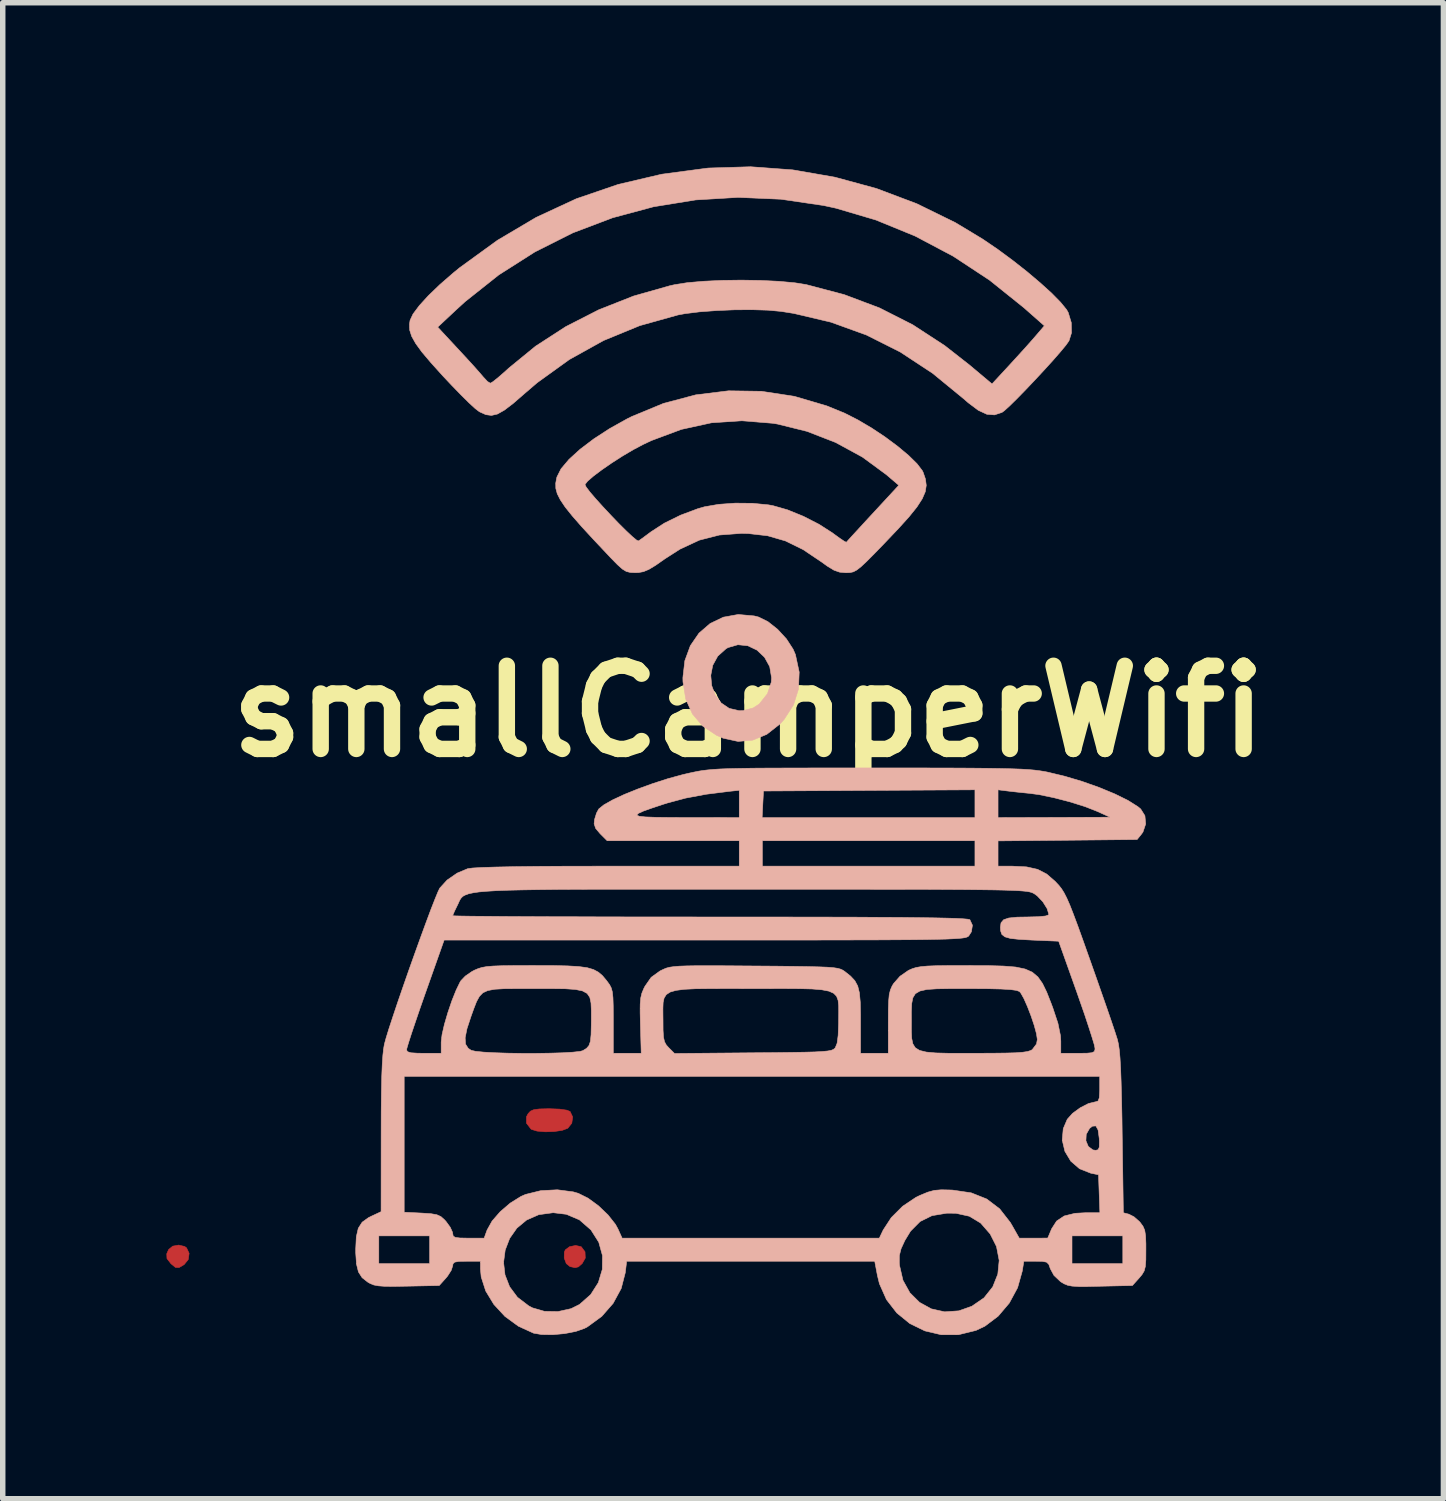
<source format=kicad_pcb>
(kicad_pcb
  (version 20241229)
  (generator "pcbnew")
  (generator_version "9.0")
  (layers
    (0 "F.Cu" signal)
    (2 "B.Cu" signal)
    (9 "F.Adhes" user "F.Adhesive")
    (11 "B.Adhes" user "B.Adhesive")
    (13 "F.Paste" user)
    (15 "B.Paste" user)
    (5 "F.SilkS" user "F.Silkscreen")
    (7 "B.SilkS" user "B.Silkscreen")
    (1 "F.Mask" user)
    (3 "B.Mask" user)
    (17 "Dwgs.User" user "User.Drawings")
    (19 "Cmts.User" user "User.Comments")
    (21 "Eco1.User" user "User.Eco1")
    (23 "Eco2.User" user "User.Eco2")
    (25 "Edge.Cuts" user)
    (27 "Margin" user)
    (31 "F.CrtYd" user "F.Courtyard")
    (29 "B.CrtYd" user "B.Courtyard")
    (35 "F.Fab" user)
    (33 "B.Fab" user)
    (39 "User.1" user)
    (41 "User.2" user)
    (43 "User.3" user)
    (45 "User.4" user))
  (footprint "smallCamperWifi"
    (layer "F.Cu")
    (at 10.663 9.982)
    (property "Reference" "smallCamperWifi" (at 0 0 0) (layer "F.SilkS") (effects (font (size 1.524 1.524) (thickness 0.3))))
    (attr through_hole)
    (fp_poly (pts (xy -10.331 9.804) (xy -10.295 9.83) (xy -10.248 9.93) (xy -10.264 10.044) (xy -10.339 10.136) (xy -10.432 10.191) (xy -10.499 10.188) (xy -10.578 10.123) (xy -10.583 10.118) (xy -10.654 10.026) (xy -10.658 9.939) (xy -10.624 9.861) (xy -10.549 9.799) (xy -10.439 9.779) (xy -10.331 9.804)) (stroke (width 0.01) (type solid)) (fill yes) (layer "F.Cu"))
    (fp_poly (pts (xy -3.068 9.808) (xy -3.064 9.81) (xy -2.995 9.902) (xy -2.99 10.017) (xy -3.046 10.116) (xy -3.116 10.178) (xy -3.177 10.193) (xy -3.27 10.173) (xy -3.338 10.118) (xy -3.376 10.017) (xy -3.374 9.91) (xy -3.357 9.868) (xy -3.279 9.809) (xy -3.167 9.786) (xy -3.068 9.808)) (stroke (width 0.01) (type solid)) (fill yes) (layer "F.Cu"))
    (fp_poly (pts (xy -3.462 7.288) (xy -3.329 7.307) (xy -3.268 7.332) (xy -3.221 7.432) (xy -3.237 7.546) (xy -3.311 7.639) (xy -3.412 7.677) (xy -3.56 7.699) (xy -3.723 7.704) (xy -3.872 7.691) (xy -3.975 7.66) (xy -3.986 7.652) (xy -4.068 7.545) (xy -4.068 7.429) (xy -4.037 7.371) (xy -3.994 7.325) (xy -3.932 7.298) (xy -3.829 7.285) (xy -3.665 7.281) (xy -3.647 7.281) (xy -3.462 7.288)) (stroke (width 0.01) (type solid)) (fill yes) (layer "F.Cu"))
    (fp_poly (pts (xy 0.103 -1.748) (xy 0.186 -1.727) (xy 0.356 -1.643) (xy 0.534 -1.502) (xy 0.695 -1.327) (xy 0.817 -1.139) (xy 0.86 -1.04) (xy 0.929 -0.719) (xy 0.916 -0.408) (xy 0.824 -0.117) (xy 0.654 0.147) (xy 0.575 0.234) (xy 0.335 0.422) (xy 0.078 0.528) (xy -0.19 0.552) (xy -0.465 0.492) (xy -0.583 0.441) (xy -0.838 0.271) (xy -1.027 0.048) (xy -1.149 -0.223) (xy -1.2 -0.539) (xy -1.202 -0.614) (xy -1.197 -0.658) (xy -0.691 -0.658) (xy -0.674 -0.471) (xy -0.61 -0.299) (xy -0.502 -0.154) (xy -0.354 -0.054) (xy -0.171 -0.011) (xy -0.093 -0.014) (xy 0.087 -0.062) (xy 0.197 -0.133) (xy 0.348 -0.323) (xy 0.418 -0.535) (xy 0.423 -0.614) (xy 0.389 -0.818) (xy 0.294 -0.99) (xy 0.156 -1.121) (xy -0.012 -1.201) (xy -0.194 -1.22) (xy -0.374 -1.168) (xy -0.411 -1.147) (xy -0.563 -1.011) (xy -0.655 -0.843) (xy -0.691 -0.658) (xy -1.197 -0.658) (xy -1.166 -0.927) (xy -1.065 -1.202) (xy -0.907 -1.432) (xy -0.702 -1.609) (xy -0.46 -1.725) (xy -0.188 -1.774) (xy 0.103 -1.748)) (stroke (width 0.01) (type solid)) (fill yes) (layer "B.SilkS"))
    (fp_poly (pts (xy 0.238 -5.863) (xy 0.84 -5.771) (xy 1.434 -5.596) (xy 1.764 -5.461) (xy 2.004 -5.339) (xy 2.255 -5.191) (xy 2.502 -5.027) (xy 2.732 -4.856) (xy 2.932 -4.689) (xy 3.087 -4.537) (xy 3.185 -4.409) (xy 3.2 -4.378) (xy 3.242 -4.256) (xy 3.257 -4.14) (xy 3.239 -4.023) (xy 3.183 -3.893) (xy 3.086 -3.743) (xy 2.941 -3.563) (xy 2.743 -3.344) (xy 2.491 -3.079) (xy 2.304 -2.886) (xy 2.164 -2.745) (xy 2.06 -2.648) (xy 1.983 -2.588) (xy 1.92 -2.555) (xy 1.861 -2.542) (xy 1.796 -2.539) (xy 1.784 -2.539) (xy 1.671 -2.549) (xy 1.567 -2.585) (xy 1.444 -2.66) (xy 1.34 -2.735) (xy 1.002 -2.962) (xy 0.679 -3.121) (xy 0.351 -3.216) (xy -0.004 -3.257) (xy -0.132 -3.26) (xy -0.532 -3.23) (xy -0.9 -3.136) (xy -1.255 -2.971) (xy -1.531 -2.794) (xy -1.701 -2.675) (xy -1.825 -2.6) (xy -1.923 -2.559) (xy -2.015 -2.542) (xy -2.074 -2.54) (xy -2.165 -2.544) (xy -2.238 -2.562) (xy -2.31 -2.606) (xy -2.402 -2.688) (xy -2.529 -2.818) (xy -2.556 -2.847) (xy -2.834 -3.142) (xy -3.057 -3.384) (xy -3.23 -3.582) (xy -3.359 -3.743) (xy -3.448 -3.876) (xy -3.504 -3.987) (xy -3.53 -4.085) (xy -3.531 -4.154) (xy -2.996 -4.154) (xy -2.974 -4.109) (xy -2.905 -4.018) (xy -2.798 -3.893) (xy -2.667 -3.748) (xy -2.522 -3.593) (xy -2.377 -3.442) (xy -2.241 -3.307) (xy -2.128 -3.201) (xy -2.048 -3.135) (xy -2.016 -3.121) (xy -1.957 -3.162) (xy -1.858 -3.235) (xy -1.787 -3.288) (xy -1.54 -3.448) (xy -1.243 -3.594) (xy -0.931 -3.711) (xy -0.806 -3.747) (xy -0.547 -3.792) (xy -0.242 -3.814) (xy 0.073 -3.811) (xy 0.363 -3.783) (xy 0.447 -3.768) (xy 0.713 -3.692) (xy 1.006 -3.573) (xy 1.293 -3.426) (xy 1.541 -3.267) (xy 1.556 -3.255) (xy 1.672 -3.171) (xy 1.757 -3.114) (xy 1.793 -3.097) (xy 1.793 -3.097) (xy 1.823 -3.131) (xy 1.901 -3.217) (xy 2.018 -3.344) (xy 2.162 -3.501) (xy 2.278 -3.626) (xy 2.754 -4.141) (xy 2.524 -4.337) (xy 2.087 -4.658) (xy 1.597 -4.925) (xy 1.072 -5.129) (xy 0.531 -5.263) (xy 0.446 -5.277) (xy -0.12 -5.323) (xy -0.678 -5.286) (xy -1.23 -5.165) (xy -1.78 -4.96) (xy -1.926 -4.891) (xy -2.11 -4.794) (xy -2.308 -4.677) (xy -2.506 -4.55) (xy -2.688 -4.424) (xy -2.841 -4.309) (xy -2.949 -4.215) (xy -2.996 -4.154) (xy -3.531 -4.154) (xy -3.532 -4.177) (xy -3.515 -4.271) (xy -3.509 -4.294) (xy -3.434 -4.443) (xy -3.289 -4.615) (xy -3.086 -4.8) (xy -2.834 -4.991) (xy -2.543 -5.18) (xy -2.224 -5.358) (xy -2.138 -5.401) (xy -1.558 -5.641) (xy -0.966 -5.798) (xy -0.365 -5.872) (xy 0.238 -5.863)) (stroke (width 0.01) (type solid)) (fill yes) (layer "B.SilkS"))
    (fp_poly (pts (xy 0.811 -9.92) (xy 1.582 -9.786) (xy 2.343 -9.579) (xy 3.083 -9.3) (xy 3.791 -8.953) (xy 4.29 -8.652) (xy 4.566 -8.464) (xy 4.841 -8.261) (xy 5.104 -8.054) (xy 5.345 -7.85) (xy 5.554 -7.661) (xy 5.718 -7.494) (xy 5.828 -7.359) (xy 5.858 -7.306) (xy 5.914 -7.121) (xy 5.918 -6.934) (xy 5.872 -6.788) (xy 5.816 -6.708) (xy 5.713 -6.584) (xy 5.577 -6.428) (xy 5.417 -6.252) (xy 5.247 -6.069) (xy 5.077 -5.89) (xy 4.92 -5.729) (xy 4.786 -5.597) (xy 4.688 -5.508) (xy 4.644 -5.476) (xy 4.507 -5.431) (xy 4.367 -5.442) (xy 4.21 -5.515) (xy 4.025 -5.654) (xy 3.946 -5.723) (xy 3.373 -6.193) (xy 2.78 -6.583) (xy 2.161 -6.894) (xy 1.512 -7.129) (xy 0.829 -7.29) (xy 0.596 -7.327) (xy 0.36 -7.349) (xy 0.068 -7.358) (xy -0.255 -7.356) (xy -0.584 -7.342) (xy -0.895 -7.319) (xy -1.161 -7.286) (xy -1.291 -7.262) (xy -1.992 -7.066) (xy -2.656 -6.793) (xy -3.282 -6.445) (xy -3.869 -6.022) (xy -4.106 -5.819) (xy -4.312 -5.64) (xy -4.472 -5.518) (xy -4.6 -5.446) (xy -4.709 -5.421) (xy -4.812 -5.435) (xy -4.923 -5.485) (xy -4.936 -5.493) (xy -5.007 -5.547) (xy -5.122 -5.653) (xy -5.269 -5.799) (xy -5.438 -5.973) (xy -5.597 -6.142) (xy -5.817 -6.386) (xy -5.983 -6.582) (xy -6.098 -6.74) (xy -6.171 -6.871) (xy -6.207 -6.984) (xy -6.209 -7.039) (xy -5.694 -7.039) (xy -5.313 -6.629) (xy -5.162 -6.466) (xy -5.026 -6.317) (xy -4.919 -6.196) (xy -4.854 -6.12) (xy -4.849 -6.115) (xy -4.781 -6.042) (xy -4.729 -6.011) (xy -4.729 -6.011) (xy -4.683 -6.038) (xy -4.591 -6.111) (xy -4.469 -6.217) (xy -4.39 -6.289) (xy -3.9 -6.69) (xy -3.347 -7.048) (xy -2.744 -7.356) (xy -2.106 -7.608) (xy -1.444 -7.796) (xy -1.355 -7.816) (xy -1.122 -7.853) (xy -0.826 -7.879) (xy -0.489 -7.895) (xy -0.131 -7.9) (xy 0.225 -7.894) (xy 0.559 -7.878) (xy 0.85 -7.851) (xy 1.057 -7.818) (xy 1.754 -7.634) (xy 2.4 -7.391) (xy 3.009 -7.082) (xy 3.594 -6.701) (xy 4.045 -6.348) (xy 4.462 -5.998) (xy 4.772 -6.333) (xy 4.922 -6.497) (xy 5.072 -6.662) (xy 5.198 -6.804) (xy 5.251 -6.865) (xy 5.421 -7.063) (xy 5.046 -7.394) (xy 4.417 -7.899) (xy 3.75 -8.338) (xy 3.053 -8.707) (xy 2.335 -9.001) (xy 1.605 -9.217) (xy 1.376 -9.267) (xy 0.594 -9.382) (xy -0.19 -9.416) (xy -0.97 -9.369) (xy -1.739 -9.244) (xy -2.49 -9.042) (xy -3.218 -8.766) (xy -3.914 -8.416) (xy -4.574 -7.996) (xy -5.19 -7.507) (xy -5.35 -7.361) (xy -5.694 -7.039) (xy -6.209 -7.039) (xy -6.211 -7.091) (xy -6.2 -7.164) (xy -6.146 -7.279) (xy -6.031 -7.433) (xy -5.864 -7.616) (xy -5.653 -7.819) (xy -5.408 -8.032) (xy -5.292 -8.127) (xy -4.6 -8.629) (xy -3.889 -9.05) (xy -3.153 -9.391) (xy -2.388 -9.653) (xy -1.591 -9.84) (xy -0.757 -9.951) (xy -0.722 -9.954) (xy 0.039 -9.977) (xy 0.811 -9.92)) (stroke (width 0.01) (type solid)) (fill yes) (layer "B.SilkS"))
    (fp_poly (pts (xy 2.795 1.037) (xy 3.289 1.038) (xy 3.712 1.039) (xy 4.07 1.041) (xy 4.371 1.044) (xy 4.62 1.048) (xy 4.825 1.053) (xy 4.992 1.059) (xy 5.128 1.067) (xy 5.24 1.077) (xy 5.334 1.089) (xy 5.417 1.102) (xy 5.47 1.112) (xy 5.788 1.188) (xy 6.112 1.284) (xy 6.425 1.395) (xy 6.71 1.513) (xy 6.952 1.632) (xy 7.133 1.746) (xy 7.186 1.79) (xy 7.263 1.913) (xy 7.277 2.064) (xy 7.227 2.212) (xy 7.2 2.25) (xy 7.12 2.349) (xy 5.846 2.362) (xy 4.572 2.374) (xy 4.572 2.836) (xy 4.837 2.837) (xy 5.095 2.85) (xy 5.296 2.895) (xy 5.463 2.981) (xy 5.62 3.117) (xy 5.63 3.128) (xy 5.686 3.188) (xy 5.735 3.25) (xy 5.782 3.325) (xy 5.831 3.421) (xy 5.887 3.548) (xy 5.953 3.717) (xy 6.035 3.936) (xy 6.136 4.217) (xy 6.256 4.555) (xy 6.368 4.872) (xy 6.474 5.175) (xy 6.57 5.45) (xy 6.651 5.686) (xy 6.713 5.87) (xy 6.752 5.991) (xy 6.759 6.014) (xy 6.778 6.096) (xy 6.794 6.206) (xy 6.807 6.352) (xy 6.818 6.542) (xy 6.827 6.785) (xy 6.835 7.09) (xy 6.843 7.467) (xy 6.846 7.716) (xy 6.868 9.187) (xy 6.969 9.213) (xy 7.063 9.261) (xy 7.162 9.348) (xy 7.176 9.364) (xy 7.227 9.433) (xy 7.259 9.506) (xy 7.275 9.606) (xy 7.281 9.756) (xy 7.281 9.866) (xy 7.28 10.049) (xy 7.271 10.171) (xy 7.249 10.254) (xy 7.209 10.321) (xy 7.158 10.382) (xy 7.034 10.52) (xy 6.449 10.533) (xy 6.213 10.538) (xy 6.046 10.538) (xy 5.929 10.531) (xy 5.847 10.515) (xy 5.783 10.489) (xy 5.72 10.451) (xy 5.716 10.448) (xy 5.596 10.334) (xy 5.53 10.212) (xy 5.502 10.132) (xy 5.461 10.092) (xy 5.38 10.077) (xy 5.268 10.075) (xy 5.045 10.075) (xy 5.016 10.255) (xy 4.93 10.561) (xy 4.778 10.842) (xy 4.574 11.082) (xy 4.33 11.266) (xy 4.167 11.343) (xy 3.848 11.421) (xy 3.532 11.422) (xy 3.231 11.351) (xy 2.956 11.217) (xy 2.718 11.023) (xy 2.528 10.778) (xy 2.399 10.487) (xy 2.362 10.336) (xy 2.319 10.108) (xy 2.763 10.108) (xy 2.767 10.151) (xy 2.83 10.424) (xy 2.957 10.653) (xy 3.134 10.829) (xy 3.351 10.948) (xy 3.594 11.002) (xy 3.853 10.984) (xy 4.093 10.899) (xy 4.315 10.746) (xy 4.475 10.545) (xy 4.568 10.312) (xy 4.593 10.061) (xy 4.544 9.806) (xy 4.428 9.576) (xy 4.254 9.376) (xy 4.047 9.251) (xy 3.798 9.196) (xy 3.632 9.195) (xy 3.362 9.24) (xy 3.145 9.347) (xy 2.969 9.524) (xy 2.865 9.695) (xy 2.795 9.847) (xy 2.764 9.971) (xy 2.763 10.108) (xy 2.319 10.108) (xy 2.313 10.075) (xy -2.232 10.075) (xy -2.257 10.284) (xy -2.332 10.574) (xy -2.48 10.847) (xy -2.689 11.086) (xy -2.948 11.275) (xy -3.006 11.306) (xy -3.164 11.361) (xy -3.369 11.401) (xy -3.588 11.421) (xy -3.79 11.418) (xy -3.937 11.393) (xy -4.215 11.266) (xy -4.462 11.086) (xy -4.665 10.866) (xy -4.814 10.621) (xy -4.897 10.363) (xy -4.911 10.216) (xy -4.911 10.096) (xy -4.487 10.096) (xy -4.461 10.324) (xy -4.377 10.541) (xy -4.233 10.735) (xy -4.026 10.893) (xy -3.958 10.929) (xy -3.737 10.993) (xy -3.49 10.997) (xy -3.251 10.944) (xy -3.096 10.867) (xy -2.891 10.686) (xy -2.751 10.467) (xy -2.678 10.224) (xy -2.675 9.972) (xy -2.743 9.727) (xy -2.885 9.503) (xy -2.89 9.498) (xy -3.097 9.317) (xy -3.337 9.215) (xy -3.578 9.186) (xy -3.842 9.222) (xy -4.065 9.32) (xy -4.244 9.469) (xy -4.375 9.656) (xy -4.457 9.869) (xy -4.487 10.096) (xy -4.911 10.096) (xy -4.911 10.075) (xy -5.165 10.075) (xy -5.307 10.078) (xy -5.383 10.092) (xy -5.414 10.123) (xy -5.419 10.159) (xy -5.446 10.242) (xy -5.513 10.347) (xy -5.542 10.382) (xy -5.666 10.52) (xy -6.251 10.532) (xy -6.49 10.536) (xy -6.661 10.535) (xy -6.78 10.526) (xy -6.865 10.51) (xy -6.931 10.483) (xy -6.975 10.458) (xy -7.079 10.376) (xy -7.146 10.271) (xy -7.182 10.126) (xy -7.196 9.921) (xy -7.196 9.85) (xy -7.185 9.629) (xy -7.181 9.61) (xy -6.773 9.61) (xy -6.773 10.118) (xy -5.842 10.118) (xy -5.842 9.61) (xy -6.773 9.61) (xy -7.181 9.61) (xy -7.149 9.471) (xy -7.078 9.36) (xy -6.963 9.277) (xy -6.911 9.251) (xy -6.731 9.167) (xy -6.73 7.769) (xy -6.729 7.339) (xy -6.725 6.985) (xy -6.719 6.698) (xy -6.719 6.689) (xy -6.308 6.689) (xy -6.308 9.177) (xy -5.986 9.193) (xy -5.818 9.204) (xy -5.71 9.223) (xy -5.635 9.257) (xy -5.569 9.316) (xy -5.541 9.347) (xy -5.465 9.451) (xy -5.422 9.545) (xy -5.419 9.568) (xy -5.41 9.613) (xy -5.373 9.638) (xy -5.288 9.649) (xy -5.138 9.652) (xy -5.131 9.652) (xy -4.843 9.652) (xy -4.789 9.503) (xy -4.697 9.338) (xy -4.548 9.167) (xy -4.365 9.01) (xy -4.169 8.888) (xy -4.085 8.851) (xy -3.805 8.782) (xy -3.501 8.766) (xy -3.211 8.804) (xy -3.118 8.831) (xy -2.939 8.92) (xy -2.749 9.059) (xy -2.574 9.226) (xy -2.438 9.398) (xy -2.393 9.48) (xy -2.315 9.652) (xy 2.397 9.652) (xy 2.468 9.503) (xy 2.616 9.276) (xy 2.824 9.068) (xy 3.067 8.905) (xy 3.139 8.87) (xy 3.283 8.81) (xy 3.403 8.777) (xy 3.533 8.766) (xy 3.708 8.77) (xy 3.742 8.772) (xy 4.081 8.822) (xy 4.365 8.935) (xy 4.602 9.115) (xy 4.798 9.366) (xy 4.833 9.426) (xy 4.961 9.652) (xy 5.222 9.652) (xy 5.482 9.651) (xy 5.5 9.61) (xy 5.927 9.61) (xy 5.927 10.118) (xy 6.858 10.118) (xy 6.858 9.61) (xy 5.927 9.61) (xy 5.5 9.61) (xy 5.554 9.481) (xy 5.645 9.339) (xy 5.784 9.246) (xy 5.982 9.197) (xy 6.181 9.186) (xy 6.438 9.186) (xy 6.413 8.491) (xy 6.271 8.462) (xy 6.066 8.381) (xy 5.905 8.242) (xy 5.797 8.062) (xy 5.751 7.867) (xy 6.182 7.867) (xy 6.225 7.971) (xy 6.308 8.035) (xy 6.361 8.043) (xy 6.406 8.032) (xy 6.427 7.985) (xy 6.429 7.883) (xy 6.426 7.824) (xy 6.405 7.67) (xy 6.364 7.596) (xy 6.3 7.601) (xy 6.249 7.642) (xy 6.188 7.749) (xy 6.182 7.867) (xy 5.751 7.867) (xy 5.748 7.857) (xy 5.767 7.646) (xy 5.84 7.475) (xy 5.937 7.366) (xy 6.077 7.264) (xy 6.228 7.186) (xy 6.358 7.154) (xy 6.363 7.154) (xy 6.405 7.139) (xy 6.427 7.081) (xy 6.434 6.961) (xy 6.435 6.921) (xy 6.435 6.689) (xy -6.308 6.689) (xy -6.719 6.689) (xy -6.71 6.472) (xy -6.698 6.296) (xy -6.687 6.203) (xy -6.265 6.203) (xy -6.247 6.236) (xy -6.184 6.256) (xy -6.059 6.264) (xy -5.948 6.265) (xy -5.63 6.265) (xy -5.63 6.059) (xy -5.621 5.981) (xy -5.191 5.981) (xy -5.184 6.097) (xy -5.135 6.174) (xy -5.08 6.211) (xy -5.001 6.229) (xy -4.853 6.244) (xy -4.653 6.255) (xy -4.415 6.263) (xy -4.156 6.267) (xy -3.891 6.267) (xy -3.636 6.263) (xy -3.407 6.256) (xy -3.219 6.245) (xy -3.087 6.231) (xy -3.035 6.217) (xy -2.967 6.175) (xy -2.923 6.124) (xy -2.896 6.046) (xy -2.884 5.924) (xy -2.88 5.74) (xy -2.879 5.662) (xy -2.879 5.482) (xy -2.885 5.344) (xy -2.907 5.241) (xy -2.956 5.169) (xy -3.04 5.123) (xy -3.17 5.096) (xy -3.355 5.083) (xy -3.605 5.08) (xy -3.93 5.08) (xy -3.93 5.08) (xy -4.239 5.08) (xy -4.475 5.082) (xy -4.65 5.092) (xy -4.777 5.116) (xy -4.866 5.157) (xy -4.93 5.223) (xy -4.982 5.318) (xy -5.032 5.446) (xy -5.083 5.588) (xy -5.158 5.816) (xy -5.191 5.981) (xy -5.621 5.981) (xy -5.614 5.923) (xy -5.571 5.736) (xy -5.508 5.521) (xy -5.434 5.303) (xy -5.356 5.108) (xy -5.284 4.96) (xy -5.267 4.933) (xy -5.188 4.851) (xy -5.068 4.768) (xy -5.021 4.743) (xy -4.955 4.715) (xy -4.885 4.693) (xy -4.796 4.677) (xy -4.678 4.667) (xy -4.517 4.661) (xy -4.3 4.658) (xy -4.014 4.657) (xy -3.919 4.657) (xy -3.581 4.658) (xy -3.315 4.664) (xy -3.111 4.676) (xy -2.956 4.697) (xy -2.84 4.731) (xy -2.75 4.779) (xy -2.675 4.843) (xy -2.604 4.928) (xy -2.591 4.945) (xy -2.545 5.008) (xy -2.514 5.068) (xy -2.494 5.142) (xy -2.483 5.247) (xy -2.478 5.398) (xy -2.477 5.614) (xy -2.477 5.68) (xy -2.477 6.265) (xy -1.965 6.265) (xy -1.98 5.747) (xy -1.985 5.524) (xy -1.985 5.445) (xy -1.568 5.445) (xy -1.567 5.578) (xy -1.566 5.653) (xy -1.565 5.844) (xy -1.557 5.971) (xy -1.538 6.054) (xy -1.506 6.113) (xy -1.461 6.163) (xy -1.355 6.269) (xy 0.088 6.256) (xy 0.476 6.253) (xy 0.788 6.249) (xy 1.034 6.245) (xy 1.22 6.24) (xy 1.357 6.232) (xy 1.452 6.223) (xy 1.516 6.211) (xy 1.555 6.195) (xy 1.58 6.176) (xy 1.591 6.162) (xy 1.624 6.08) (xy 1.643 5.935) (xy 1.651 5.718) (xy 1.651 5.665) (xy 1.653 5.515) (xy 1.652 5.393) (xy 1.642 5.296) (xy 1.614 5.221) (xy 1.561 5.166) (xy 1.474 5.127) (xy 1.345 5.102) (xy 1.168 5.087) (xy 0.933 5.081) (xy 0.634 5.079) (xy 0.262 5.08) (xy 0.042 5.08) (xy -0.37 5.079) (xy -0.705 5.08) (xy -0.972 5.083) (xy -1.177 5.093) (xy -1.329 5.113) (xy -1.436 5.144) (xy -1.506 5.19) (xy -1.546 5.254) (xy -1.564 5.337) (xy -1.568 5.445) (xy -1.985 5.445) (xy -1.984 5.365) (xy -1.974 5.251) (xy -1.953 5.163) (xy -1.918 5.079) (xy -1.897 5.038) (xy -1.783 4.874) (xy -1.624 4.759) (xy -1.609 4.751) (xy -1.557 4.726) (xy -1.507 4.705) (xy -1.448 4.689) (xy -1.371 4.678) (xy -1.268 4.669) (xy -1.129 4.664) (xy -0.945 4.661) (xy -0.708 4.661) (xy -0.406 4.662) (xy -0.033 4.665) (xy 0.113 4.666) (xy 0.515 4.669) (xy 0.84 4.673) (xy 1.098 4.677) (xy 1.298 4.682) (xy 1.448 4.688) (xy 1.558 4.697) (xy 1.635 4.709) (xy 1.689 4.724) (xy 1.729 4.743) (xy 1.762 4.765) (xy 1.871 4.852) (xy 1.949 4.936) (xy 2.001 5.032) (xy 2.032 5.157) (xy 2.048 5.328) (xy 2.053 5.56) (xy 2.053 5.676) (xy 2.053 6.265) (xy 2.561 6.265) (xy 2.561 5.704) (xy 2.562 5.502) (xy 2.984 5.502) (xy 2.985 5.681) (xy 2.984 5.854) (xy 2.99 5.989) (xy 3.011 6.091) (xy 3.056 6.164) (xy 3.135 6.213) (xy 3.258 6.243) (xy 3.432 6.259) (xy 3.669 6.265) (xy 3.976 6.265) (xy 4.144 6.265) (xy 4.464 6.264) (xy 4.71 6.261) (xy 4.893 6.256) (xy 5.024 6.246) (xy 5.113 6.233) (xy 5.171 6.214) (xy 5.198 6.199) (xy 5.277 6.095) (xy 5.292 6.012) (xy 5.276 5.906) (xy 5.235 5.754) (xy 5.177 5.581) (xy 5.111 5.41) (xy 5.045 5.261) (xy 4.988 5.16) (xy 4.964 5.133) (xy 4.91 5.113) (xy 4.801 5.098) (xy 4.631 5.088) (xy 4.392 5.082) (xy 4.076 5.08) (xy 4.02 5.08) (xy 3.698 5.08) (xy 3.45 5.084) (xy 3.268 5.096) (xy 3.14 5.125) (xy 3.058 5.173) (xy 3.011 5.249) (xy 2.99 5.356) (xy 2.984 5.502) (xy 2.562 5.502) (xy 2.562 5.471) (xy 2.568 5.306) (xy 2.579 5.189) (xy 2.6 5.104) (xy 2.631 5.033) (xy 2.658 4.988) (xy 2.776 4.854) (xy 2.93 4.747) (xy 2.936 4.744) (xy 3.002 4.715) (xy 3.073 4.693) (xy 3.161 4.678) (xy 3.279 4.667) (xy 3.439 4.661) (xy 3.655 4.658) (xy 3.94 4.658) (xy 4.024 4.658) (xy 4.385 4.659) (xy 4.671 4.667) (xy 4.895 4.685) (xy 5.067 4.721) (xy 5.199 4.779) (xy 5.302 4.866) (xy 5.386 4.985) (xy 5.463 5.143) (xy 5.543 5.346) (xy 5.574 5.428) (xy 5.669 5.714) (xy 5.716 5.943) (xy 5.722 6.043) (xy 5.722 6.265) (xy 6.036 6.265) (xy 6.197 6.264) (xy 6.29 6.255) (xy 6.335 6.234) (xy 6.348 6.196) (xy 6.348 6.17) (xy 6.334 6.104) (xy 6.294 5.971) (xy 6.234 5.784) (xy 6.158 5.554) (xy 6.068 5.296) (xy 6.015 5.144) (xy 5.683 4.212) (xy 5.189 4.191) (xy 4.958 4.178) (xy 4.799 4.161) (xy 4.698 4.132) (xy 4.642 4.088) (xy 4.619 4.022) (xy 4.615 3.956) (xy 4.627 3.874) (xy 4.674 3.819) (xy 4.767 3.787) (xy 4.922 3.771) (xy 5.11 3.768) (xy 5.309 3.763) (xy 5.442 3.75) (xy 5.501 3.729) (xy 5.503 3.723) (xy 5.472 3.616) (xy 5.394 3.491) (xy 5.29 3.381) (xy 5.237 3.343) (xy 5.214 3.33) (xy 5.188 3.319) (xy 5.152 3.309) (xy 5.103 3.3) (xy 5.036 3.293) (xy 4.946 3.286) (xy 4.828 3.281) (xy 4.679 3.276) (xy 4.493 3.272) (xy 4.265 3.269) (xy 3.992 3.266) (xy 3.668 3.264) (xy 3.29 3.262) (xy 2.852 3.261) (xy 2.349 3.261) (xy 1.778 3.26) (xy 1.133 3.26) (xy 0.41 3.26) (xy 0.073 3.26) (xy -0.704 3.26) (xy -1.4 3.26) (xy -2.02 3.26) (xy -2.569 3.26) (xy -3.052 3.261) (xy -3.472 3.263) (xy -3.834 3.267) (xy -4.143 3.272) (xy -4.403 3.278) (xy -4.619 3.286) (xy -4.795 3.297) (xy -4.935 3.309) (xy -5.044 3.325) (xy -5.127 3.343) (xy -5.188 3.365) (xy -5.232 3.389) (xy -5.262 3.418) (xy -5.284 3.45) (xy -5.302 3.486) (xy -5.32 3.527) (xy -5.332 3.551) (xy -5.384 3.658) (xy -5.415 3.731) (xy -5.419 3.745) (xy -5.377 3.748) (xy -5.256 3.751) (xy -5.062 3.754) (xy -4.799 3.756) (xy -4.472 3.759) (xy -4.088 3.761) (xy -3.651 3.763) (xy -3.168 3.764) (xy -2.642 3.766) (xy -2.081 3.767) (xy -1.488 3.767) (xy -0.87 3.768) (xy -0.707 3.768) (xy 0.066 3.768) (xy 0.757 3.769) (xy 1.372 3.77) (xy 1.912 3.771) (xy 2.382 3.774) (xy 2.786 3.776) (xy 3.127 3.78) (xy 3.408 3.784) (xy 3.634 3.789) (xy 3.807 3.794) (xy 3.932 3.801) (xy 4.012 3.808) (xy 4.051 3.816) (xy 4.056 3.818) (xy 4.103 3.919) (xy 4.084 4.039) (xy 4.036 4.114) (xy 4.023 4.126) (xy 4.002 4.136) (xy 3.969 4.146) (xy 3.919 4.154) (xy 3.848 4.161) (xy 3.751 4.167) (xy 3.624 4.173) (xy 3.461 4.177) (xy 3.258 4.181) (xy 3.01 4.184) (xy 2.713 4.186) (xy 2.363 4.188) (xy 1.953 4.189) (xy 1.48 4.19) (xy 0.94 4.191) (xy 0.326 4.191) (xy -0.364 4.191) (xy -0.805 4.191) (xy -5.576 4.191) (xy -5.921 5.166) (xy -6.017 5.44) (xy -6.102 5.689) (xy -6.174 5.902) (xy -6.227 6.067) (xy -6.258 6.172) (xy -6.265 6.203) (xy -6.687 6.203) (xy -6.682 6.164) (xy -6.67 6.096) (xy -6.64 5.986) (xy -6.587 5.814) (xy -6.514 5.592) (xy -6.427 5.332) (xy -6.328 5.045) (xy -6.223 4.744) (xy -6.115 4.441) (xy -6.009 4.147) (xy -5.909 3.874) (xy -5.82 3.635) (xy -5.744 3.441) (xy -5.688 3.305) (xy -5.656 3.239) (xy -5.521 3.091) (xy -5.337 2.964) (xy -5.144 2.883) (xy -5.055 2.871) (xy -4.884 2.861) (xy -4.628 2.853) (xy -4.289 2.846) (xy -3.865 2.841) (xy -3.357 2.838) (xy -2.765 2.837) (xy -2.572 2.837) (xy -0.169 2.836) (xy -0.169 2.371) (xy 0.254 2.371) (xy 0.254 2.836) (xy 4.149 2.836) (xy 4.149 2.371) (xy 0.254 2.371) (xy -0.169 2.371) (xy -2.589 2.371) (xy -2.718 2.242) (xy -2.8 2.145) (xy -2.828 2.061) (xy -2.82 1.981) (xy -2.795 1.901) (xy -2.046 1.901) (xy -2.004 1.922) (xy -1.889 1.935) (xy -1.698 1.942) (xy -1.428 1.945) (xy -1.154 1.946) (xy -0.169 1.947) (xy 0.25 1.947) (xy 4.149 1.947) (xy 4.572 1.947) (xy 5.599 1.944) (xy 6.625 1.94) (xy 6.393 1.835) (xy 6.167 1.746) (xy 5.89 1.659) (xy 5.597 1.583) (xy 5.321 1.526) (xy 5.148 1.503) (xy 4.977 1.486) (xy 4.813 1.468) (xy 4.731 1.458) (xy 4.572 1.438) (xy 4.572 1.947) (xy 4.149 1.947) (xy 4.149 1.438) (xy 2.212 1.449) (xy 0.275 1.46) (xy 0.262 1.704) (xy 0.25 1.947) (xy -0.169 1.947) (xy -0.169 1.447) (xy -0.349 1.466) (xy -0.779 1.52) (xy -1.151 1.59) (xy -1.487 1.68) (xy -1.545 1.698) (xy -1.765 1.771) (xy -1.923 1.827) (xy -2.018 1.87) (xy -2.046 1.901) (xy -2.795 1.901) (xy -2.786 1.868) (xy -2.743 1.789) (xy -2.65 1.714) (xy -2.489 1.623) (xy -2.277 1.524) (xy -2.027 1.423) (xy -1.755 1.324) (xy -1.476 1.234) (xy -1.205 1.16) (xy -1.098 1.135) (xy -1.01 1.116) (xy -0.927 1.099) (xy -0.843 1.085) (xy -0.75 1.074) (xy -0.642 1.064) (xy -0.512 1.056) (xy -0.353 1.05) (xy -0.158 1.046) (xy 0.08 1.042) (xy 0.368 1.04) (xy 0.711 1.039) (xy 1.119 1.038) (xy 1.596 1.037) (xy 2.15 1.037) (xy 2.223 1.037) (xy 2.795 1.037)) (stroke (width 0.01) (type solid)) (fill yes) (layer "B.SilkS")))
  (gr_rect
    (start -3 -3)
    (end 23.395 24.408)
    (stroke (width 0.1) (type default))
    (fill no)
    (layer "Edge.Cuts")))
</source>
